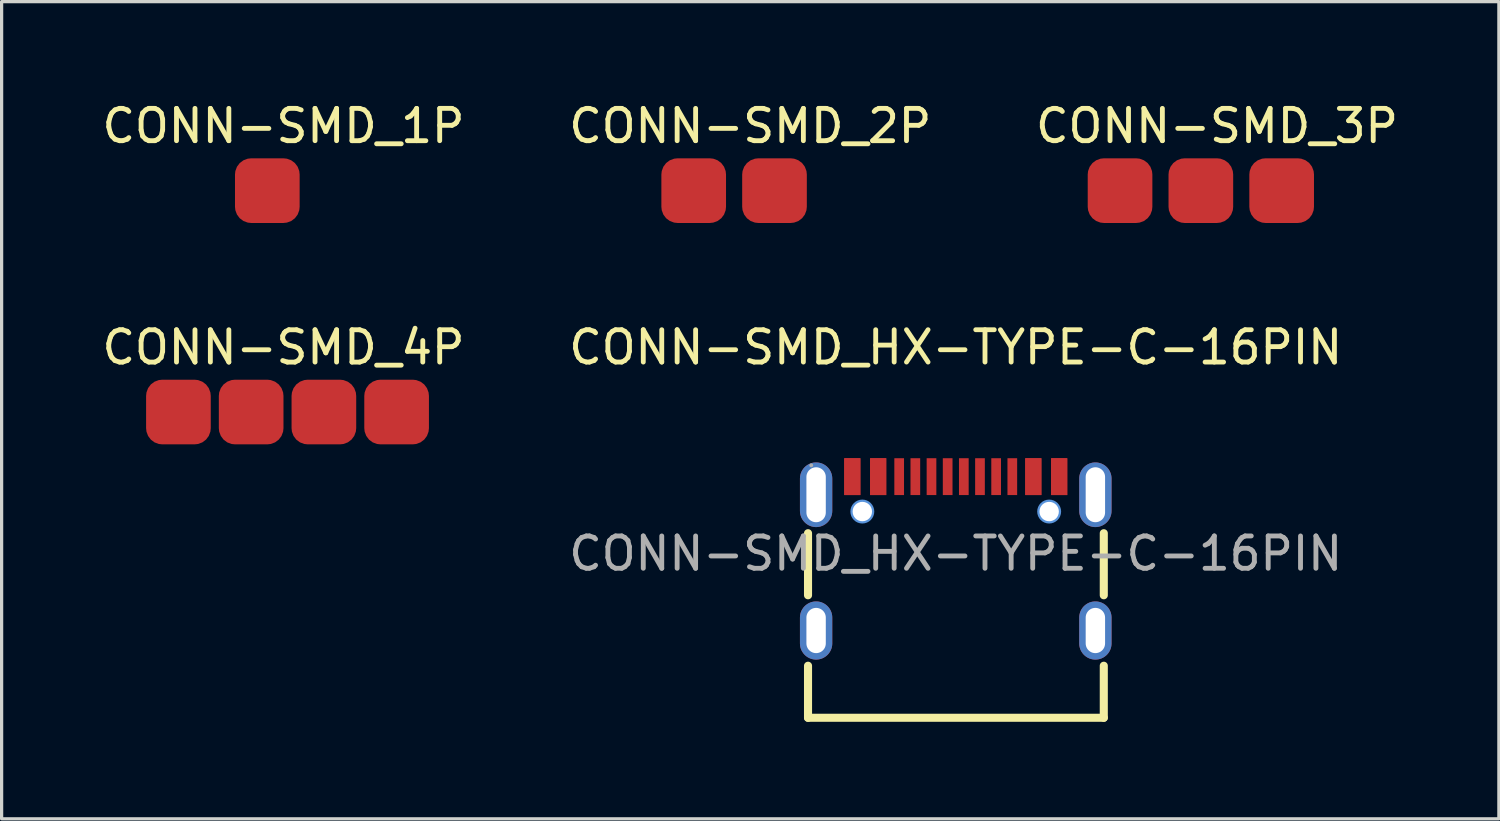
<source format=kicad_pcb>
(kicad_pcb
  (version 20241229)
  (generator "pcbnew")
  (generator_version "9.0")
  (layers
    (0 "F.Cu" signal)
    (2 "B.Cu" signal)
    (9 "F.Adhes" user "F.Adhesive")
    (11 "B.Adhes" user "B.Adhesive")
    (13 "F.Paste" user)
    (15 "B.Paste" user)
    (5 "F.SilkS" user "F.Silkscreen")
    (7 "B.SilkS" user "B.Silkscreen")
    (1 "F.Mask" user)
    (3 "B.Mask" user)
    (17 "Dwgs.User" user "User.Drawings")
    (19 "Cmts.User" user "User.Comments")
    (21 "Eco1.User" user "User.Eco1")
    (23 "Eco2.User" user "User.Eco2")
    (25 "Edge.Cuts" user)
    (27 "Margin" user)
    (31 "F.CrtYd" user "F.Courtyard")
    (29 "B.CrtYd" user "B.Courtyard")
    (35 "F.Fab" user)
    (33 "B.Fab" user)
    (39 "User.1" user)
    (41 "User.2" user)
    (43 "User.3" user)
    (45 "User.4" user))
  (footprint "CONN-SMD_2P"
    (layer "F.Cu")
    (at 19.661 2.848)
    (property "Reference" "CONN-SMD_2P" (at 0.5 -2 0) (layer "F.SilkS") (effects (font (size 1 1) (thickness 0.15))))
    (attr through_hole)
    (pad "1" smd roundrect (at -1.25 0) (size 2 2) (layers "F.Cu" "F.Mask" "F.Paste") (roundrect_rratio 0.25))
    (pad "2" smd roundrect (at 1.25 0) (size 2 2) (layers "F.Cu" "F.Mask" "F.Paste") (roundrect_rratio 0.25)))
  (footprint "CONN-SMD_HX-TYPE-C-16PIN"
    (layer "F.Cu")
    (at 26.518 14.076)
    (property "Reference" "CONN-SMD_HX-TYPE-C-16PIN" (at 0 -6.38 0) (layer "F.SilkS") (effects (font (size 1 1) (thickness 0.15))))
    (attr through_hole)
    (fp_line (start -4.57 -0.63) (end -4.57 1.29) (stroke (width 0.25) (type solid)) (layer "F.SilkS"))
    (fp_line (start -4.57 3.47) (end -4.57 5.08) (stroke (width 0.25) (type solid)) (layer "F.SilkS"))
    (fp_line (start -4.57 5.08) (end 4.58 5.08) (stroke (width 0.25) (type solid)) (layer "F.SilkS"))
    (fp_line (start 4.58 1.29) (end 4.58 -0.63) (stroke (width 0.25) (type solid)) (layer "F.SilkS"))
    (fp_line (start 4.58 5.08) (end 4.58 3.47) (stroke (width 0.25) (type solid)) (layer "F.SilkS"))
    (fp_circle (center -2.89 -1.3) (end -2.77 -1.3) (stroke (width 0.25) (type solid)) (fill no) (layer "Cmts.User"))
    (fp_circle (center 2.89 -1.3) (end 3.01 -1.3) (stroke (width 0.25) (type solid)) (fill no) (layer "Cmts.User"))
    (fp_circle (center -4.47 -2.73) (end -4.44 -2.73) (stroke (width 0.06) (type solid)) (fill no) (layer "F.Fab"))
    (fp_text user "${REFERENCE}" (at 0 0 0) (layer "F.Fab") (effects (font (size 1 1) (thickness 0.15))))
    (pad "" thru_hole circle (at -2.89 -1.3) (size 0.6 0.6) (drill 0.6) (layers "*.Cu" "*.Mask"))
    (pad "" thru_hole circle (at 2.89 -1.3) (size 0.6 0.6) (drill 0.6) (layers "*.Cu" "*.Mask"))
    (pad "A1" smd rect (at -3.2 -2.38) (size 0.5 1.14) (layers "F.Cu" "F.Mask" "F.Paste"))
    (pad "A4" smd rect (at -2.4 -2.38) (size 0.5 1.14) (layers "F.Cu" "F.Mask" "F.Paste"))
    (pad "A5" smd rect (at -1.25 -2.38) (size 0.3 1.14) (layers "F.Cu" "F.Mask" "F.Paste"))
    (pad "A6" smd rect (at -0.25 -2.38) (size 0.3 1.14) (layers "F.Cu" "F.Mask" "F.Paste"))
    (pad "A7" smd rect (at 0.25 -2.38) (size 0.3 1.14) (layers "F.Cu" "F.Mask" "F.Paste"))
    (pad "A8" smd rect (at 1.25 -2.38) (size 0.3 1.14) (layers "F.Cu" "F.Mask" "F.Paste"))
    (pad "A9" smd rect (at 2.4 -2.38) (size 0.5 1.14) (layers "F.Cu" "F.Mask" "F.Paste"))
    (pad "A12" smd rect (at 3.2 -2.38) (size 0.5 1.14) (layers "F.Cu" "F.Mask" "F.Paste"))
    (pad "B1" smd rect (at 3.2 -2.38) (size 0.5 1.14) (layers "F.Cu" "F.Mask" "F.Paste"))
    (pad "B4" smd rect (at 2.4 -2.38) (size 0.5 1.14) (layers "F.Cu" "F.Mask" "F.Paste"))
    (pad "B5" smd rect (at 1.75 -2.38) (size 0.3 1.14) (layers "F.Cu" "F.Mask" "F.Paste"))
    (pad "B6" smd rect (at 0.75 -2.38) (size 0.3 1.14) (layers "F.Cu" "F.Mask" "F.Paste"))
    (pad "B7" smd rect (at -0.75 -2.38) (size 0.3 1.14) (layers "F.Cu" "F.Mask" "F.Paste"))
    (pad "B8" smd rect (at -1.75 -2.38) (size 0.3 1.14) (layers "F.Cu" "F.Mask" "F.Paste"))
    (pad "B9" smd rect (at -2.4 -2.38) (size 0.5 1.14) (layers "F.Cu" "F.Mask" "F.Paste"))
    (pad "B12" smd rect (at -3.2 -2.38) (size 0.5 1.14) (layers "F.Cu" "F.Mask" "F.Paste"))
    (pad "S1" thru_hole oval (at -4.32 -1.82) (size 1 2) (drill oval 0.6 1.7) (layers "*.Cu" "*.Paste" "*.Mask"))
    (pad "S1" thru_hole oval (at -4.32 2.38) (size 1 1.8) (drill oval 0.6 1.4) (layers "*.Cu" "*.Paste" "*.Mask"))
    (pad "S1" thru_hole oval (at 4.32 -1.82) (size 1 2) (drill oval 0.6 1.7) (layers "*.Cu" "*.Paste" "*.Mask"))
    (pad "S1" thru_hole oval (at 4.32 2.38) (size 1 1.8) (drill oval 0.6 1.4) (layers "*.Cu" "*.Paste" "*.Mask")))
  (footprint "CONN-SMD_3P"
    (layer "F.Cu")
    (at 34.101 2.848)
    (property "Reference" "CONN-SMD_3P" (at 0.5 -2 0) (layer "F.SilkS") (effects (font (size 1 1) (thickness 0.15))))
    (attr through_hole)
    (pad "1" smd roundrect (at -2.5 0) (size 2 2) (layers "F.Cu" "F.Mask" "F.Paste") (roundrect_rratio 0.25))
    (pad "2" smd roundrect (at 0 0) (size 2 2) (layers "F.Cu" "F.Mask" "F.Paste") (roundrect_rratio 0.25))
    (pad "3" smd roundrect (at 2.5 0) (size 2 2) (layers "F.Cu" "F.Mask" "F.Paste") (roundrect_rratio 0.25)))
  (footprint "CONN-SMD_1P"
    (layer "F.Cu")
    (at 5.22 2.848)
    (property "Reference" "CONN-SMD_1P" (at 0.5 -2 0) (layer "F.SilkS") (effects (font (size 1 1) (thickness 0.15))))
    (attr exclude_from_bom)
    (pad "1" connect roundrect (at 0 0) (size 2 2) (layers "F.Cu" "F.Mask") (roundrect_rratio 0.25)))
  (footprint "CONN-SMD_4P"
    (layer "F.Cu")
    (at 2.47 9.697)
    (property "Reference" "CONN-SMD_4P" (at 3.25 -2 0) (layer "F.SilkS") (effects (font (size 1 1) (thickness 0.15))))
    (attr exclude_from_bom)
    (pad "1" connect roundrect (at 0 0) (size 2 2) (layers "F.Cu" "F.Mask") (roundrect_rratio 0.25))
    (pad "2" connect roundrect (at 2.25 0) (size 2 2) (layers "F.Cu" "F.Mask") (roundrect_rratio 0.25))
    (pad "3" connect roundrect (at 4.5 0) (size 2 2) (layers "F.Cu" "F.Mask") (roundrect_rratio 0.25))
    (pad "4" connect roundrect (at 6.75 0) (size 2 2) (layers "F.Cu" "F.Mask") (roundrect_rratio 0.25)))
  (gr_rect
    (start -3 -3)
    (end 43.321 22.282)
    (stroke (width 0.1) (type default))
    (fill no)
    (layer "Edge.Cuts")))
</source>
